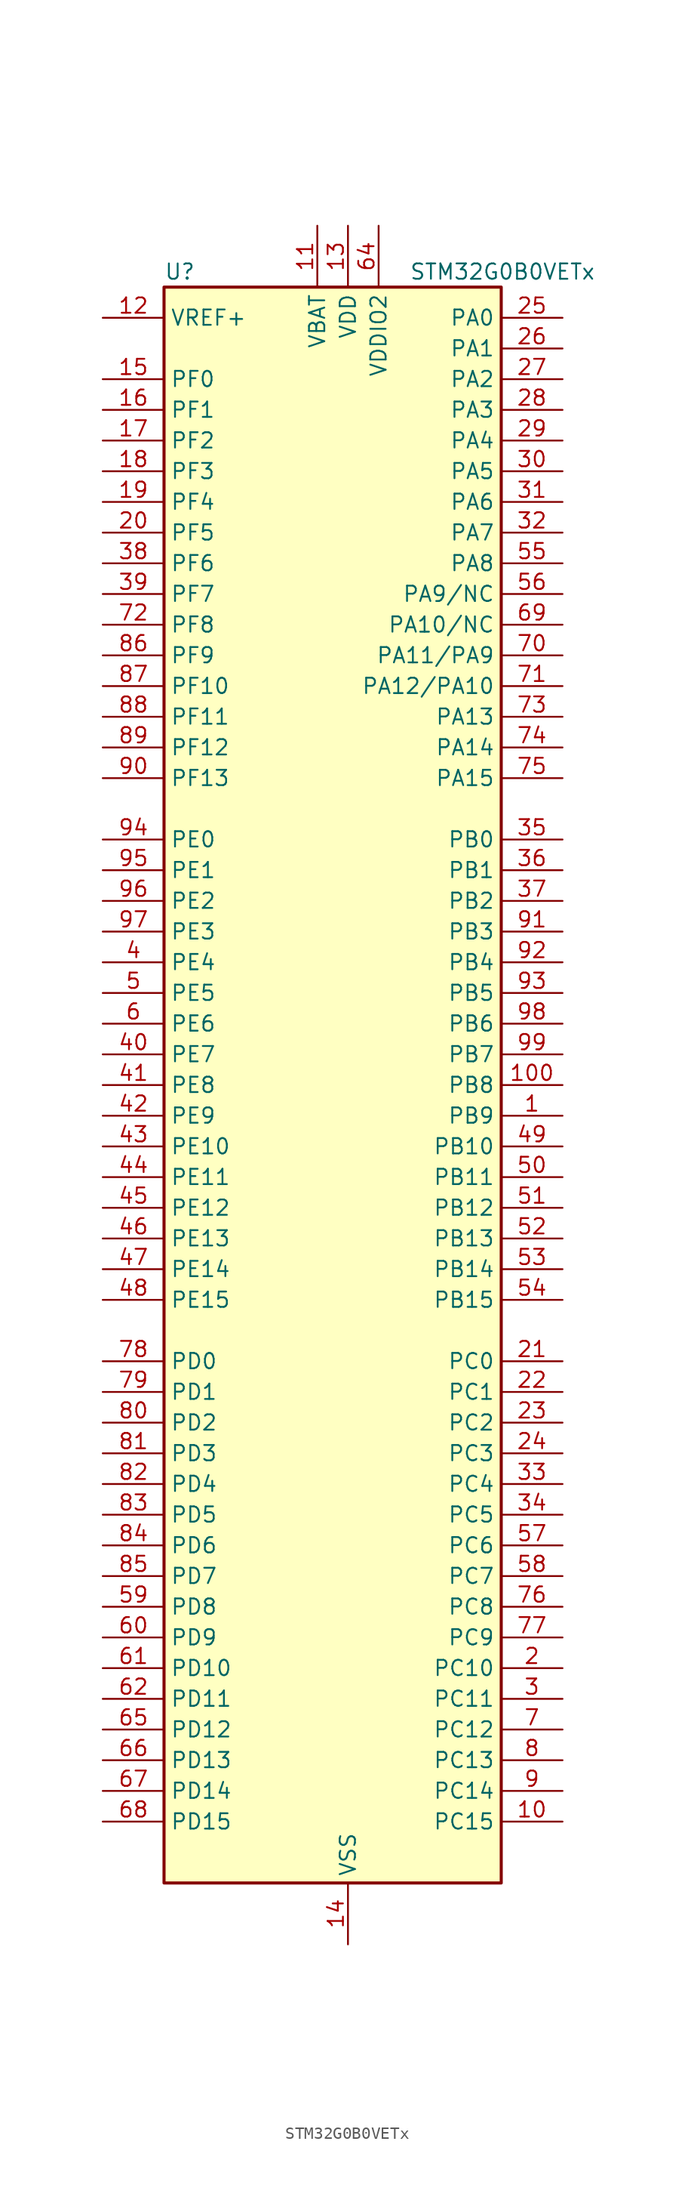
<source format=kicad_sym>
(kicad_symbol_lib
  (version 20211014)
  (generator kicad-library-utils)
  (symbol "STM32G0B0VETx"
    (property "Reference" "U"
      (at -12.7 67.31 0)
      (effects (font (size 1.27 1.27)) (justify left)))
    (property "Value" "STM32G0B0VETx"
      (at 7.62 67.31 0)
      (effects (font (size 1.27 1.27)) (justify left)))
    (property "ki_fp_filters" "LQFP*14x14mm*P0.5mm*"
      (at 0.0 0.0 0.0)
      (effects (font (size 1.27 1.27))))
    (symbol "STM32G0B0VETx_0_1"
      (rectangle (start -12.7 -66.04) (end 15.24 66.04) (stroke (width 0.254)) (fill (type background))))
    (symbol "STM32G0B0VETx_1_1"
      (pin input line (at -17.78 63.5 0) (length 5.08) (name "VREF+" (effects (font (size 1.27 1.27)))) (number "12" (effects (font (size 1.27 1.27)))))
      (pin bidirectional line (at -17.78 58.42 0) (length 5.08) (name "PF0" (effects (font (size 1.27 1.27)))) (number "15" (effects (font (size 1.27 1.27)))) (alternate "CRS1_SYNC" bidirectional line) (alternate "RCC_OSC_IN" bidirectional line) (alternate "TIM14_CH1" bidirectional line))
      (pin bidirectional line (at -17.78 55.88 0) (length 5.08) (name "PF1" (effects (font (size 1.27 1.27)))) (number "16" (effects (font (size 1.27 1.27)))) (alternate "RCC_OSC_EN" bidirectional line) (alternate "RCC_OSC_OUT" bidirectional line) (alternate "TIM15_CH1N" bidirectional line))
      (pin bidirectional line (at -17.78 53.34 0) (length 5.08) (name "PF2" (effects (font (size 1.27 1.27)))) (number "17" (effects (font (size 1.27 1.27)))) (alternate "RCC_MCO" bidirectional line))
      (pin bidirectional line (at -17.78 50.8 0) (length 5.08) (name "PF3" (effects (font (size 1.27 1.27)))) (number "18" (effects (font (size 1.27 1.27)))) (alternate "USART6_CK" bidirectional line) (alternate "USART6_DE" bidirectional line) (alternate "USART6_RTS" bidirectional line))
      (pin bidirectional line (at -17.78 48.26 0) (length 5.08) (name "PF4" (effects (font (size 1.27 1.27)))) (number "19" (effects (font (size 1.27 1.27)))))
      (pin bidirectional line (at -17.78 45.72 0) (length 5.08) (name "PF5" (effects (font (size 1.27 1.27)))) (number "20" (effects (font (size 1.27 1.27)))))
      (pin bidirectional line (at -17.78 43.18 0) (length 5.08) (name "PF6" (effects (font (size 1.27 1.27)))) (number "38" (effects (font (size 1.27 1.27)))))
      (pin bidirectional line (at -17.78 40.64 0) (length 5.08) (name "PF7" (effects (font (size 1.27 1.27)))) (number "39" (effects (font (size 1.27 1.27)))) (alternate "USART5_CTS" bidirectional line) (alternate "USART5_NSS" bidirectional line))
      (pin bidirectional line (at -17.78 38.1 0) (length 5.08) (name "PF8" (effects (font (size 1.27 1.27)))) (number "72" (effects (font (size 1.27 1.27)))))
      (pin bidirectional line (at -17.78 35.56 0) (length 5.08) (name "PF9" (effects (font (size 1.27 1.27)))) (number "86" (effects (font (size 1.27 1.27)))) (alternate "USART6_TX" bidirectional line))
      (pin bidirectional line (at -17.78 33.02 0) (length 5.08) (name "PF10" (effects (font (size 1.27 1.27)))) (number "87" (effects (font (size 1.27 1.27)))) (alternate "USART6_RX" bidirectional line))
      (pin bidirectional line (at -17.78 30.48 0) (length 5.08) (name "PF11" (effects (font (size 1.27 1.27)))) (number "88" (effects (font (size 1.27 1.27)))) (alternate "ADC1_EXTI11" bidirectional line) (alternate "USART6_CK" bidirectional line) (alternate "USART6_DE" bidirectional line) (alternate "USART6_RTS" bidirectional line))
      (pin bidirectional line (at -17.78 27.94 0) (length 5.08) (name "PF12" (effects (font (size 1.27 1.27)))) (number "89" (effects (font (size 1.27 1.27)))) (alternate "TIM15_CH1" bidirectional line) (alternate "USART6_CTS" bidirectional line) (alternate "USART6_NSS" bidirectional line))
      (pin bidirectional line (at -17.78 25.4 0) (length 5.08) (name "PF13" (effects (font (size 1.27 1.27)))) (number "90" (effects (font (size 1.27 1.27)))) (alternate "TIM15_CH2" bidirectional line))
      (pin bidirectional line (at -17.78 20.32 0) (length 5.08) (name "PE0" (effects (font (size 1.27 1.27)))) (number "94" (effects (font (size 1.27 1.27)))) (alternate "TIM16_CH1" bidirectional line) (alternate "TIM4_ETR" bidirectional line))
      (pin bidirectional line (at -17.78 17.78 0) (length 5.08) (name "PE1" (effects (font (size 1.27 1.27)))) (number "95" (effects (font (size 1.27 1.27)))) (alternate "TIM17_CH1" bidirectional line))
      (pin bidirectional line (at -17.78 15.24 0) (length 5.08) (name "PE2" (effects (font (size 1.27 1.27)))) (number "96" (effects (font (size 1.27 1.27)))) (alternate "TIM3_ETR" bidirectional line))
      (pin bidirectional line (at -17.78 12.7 0) (length 5.08) (name "PE3" (effects (font (size 1.27 1.27)))) (number "97" (effects (font (size 1.27 1.27)))) (alternate "TIM3_CH1" bidirectional line))
      (pin bidirectional line (at -17.78 10.16 0) (length 5.08) (name "PE4" (effects (font (size 1.27 1.27)))) (number "4" (effects (font (size 1.27 1.27)))) (alternate "TIM3_CH2" bidirectional line))
      (pin bidirectional line (at -17.78 7.62 0) (length 5.08) (name "PE5" (effects (font (size 1.27 1.27)))) (number "5" (effects (font (size 1.27 1.27)))) (alternate "TIM3_CH3" bidirectional line))
      (pin bidirectional line (at -17.78 5.08 0) (length 5.08) (name "PE6" (effects (font (size 1.27 1.27)))) (number "6" (effects (font (size 1.27 1.27)))) (alternate "RTC_TAMP_IN3" bidirectional line) (alternate "SYS_WKUP3" bidirectional line) (alternate "TIM3_CH4" bidirectional line))
      (pin bidirectional line (at -17.78 2.54 0) (length 5.08) (name "PE7" (effects (font (size 1.27 1.27)))) (number "40" (effects (font (size 1.27 1.27)))) (alternate "TIM1_ETR" bidirectional line) (alternate "USART5_CK" bidirectional line) (alternate "USART5_DE" bidirectional line) (alternate "USART5_RTS" bidirectional line))
      (pin bidirectional line (at -17.78 0.0 0) (length 5.08) (name "PE8" (effects (font (size 1.27 1.27)))) (number "41" (effects (font (size 1.27 1.27)))) (alternate "TIM1_CH1N" bidirectional line) (alternate "USART4_TX" bidirectional line))
      (pin bidirectional line (at -17.78 -2.54 0) (length 5.08) (name "PE9" (effects (font (size 1.27 1.27)))) (number "42" (effects (font (size 1.27 1.27)))) (alternate "TIM1_CH1" bidirectional line) (alternate "USART4_RX" bidirectional line))
      (pin bidirectional line (at -17.78 -5.08 0) (length 5.08) (name "PE10" (effects (font (size 1.27 1.27)))) (number "43" (effects (font (size 1.27 1.27)))) (alternate "TIM1_CH2N" bidirectional line) (alternate "USART5_TX" bidirectional line))
      (pin bidirectional line (at -17.78 -7.62 0) (length 5.08) (name "PE11" (effects (font (size 1.27 1.27)))) (number "44" (effects (font (size 1.27 1.27)))) (alternate "ADC1_EXTI11" bidirectional line) (alternate "TIM1_CH2" bidirectional line) (alternate "USART5_RX" bidirectional line))
      (pin bidirectional line (at -17.78 -10.16 0) (length 5.08) (name "PE12" (effects (font (size 1.27 1.27)))) (number "45" (effects (font (size 1.27 1.27)))) (alternate "I2S1_WS" bidirectional line) (alternate "SPI1_NSS" bidirectional line) (alternate "TIM1_CH3N" bidirectional line))
      (pin bidirectional line (at -17.78 -12.7 0) (length 5.08) (name "PE13" (effects (font (size 1.27 1.27)))) (number "46" (effects (font (size 1.27 1.27)))) (alternate "I2S1_CK" bidirectional line) (alternate "SPI1_SCK" bidirectional line) (alternate "TIM1_CH3" bidirectional line))
      (pin bidirectional line (at -17.78 -15.24 0) (length 5.08) (name "PE14" (effects (font (size 1.27 1.27)))) (number "47" (effects (font (size 1.27 1.27)))) (alternate "I2S1_MCK" bidirectional line) (alternate "SPI1_MISO" bidirectional line) (alternate "TIM1_BK2" bidirectional line) (alternate "TIM1_CH4" bidirectional line))
      (pin bidirectional line (at -17.78 -17.78 0) (length 5.08) (name "PE15" (effects (font (size 1.27 1.27)))) (number "48" (effects (font (size 1.27 1.27)))) (alternate "I2S1_SD" bidirectional line) (alternate "SPI1_MOSI" bidirectional line) (alternate "TIM1_BK" bidirectional line))
      (pin bidirectional line (at -17.78 -22.86 0) (length 5.08) (name "PD0" (effects (font (size 1.27 1.27)))) (number "78" (effects (font (size 1.27 1.27)))) (alternate "I2S2_WS" bidirectional line) (alternate "SPI2_NSS" bidirectional line) (alternate "TIM16_CH1" bidirectional line))
      (pin bidirectional line (at -17.78 -25.4 0) (length 5.08) (name "PD1" (effects (font (size 1.27 1.27)))) (number "79" (effects (font (size 1.27 1.27)))) (alternate "I2S2_CK" bidirectional line) (alternate "SPI2_SCK" bidirectional line) (alternate "TIM17_CH1" bidirectional line))
      (pin bidirectional line (at -17.78 -27.94 0) (length 5.08) (name "PD2" (effects (font (size 1.27 1.27)))) (number "80" (effects (font (size 1.27 1.27)))) (alternate "TIM1_CH1N" bidirectional line) (alternate "TIM3_ETR" bidirectional line) (alternate "USART3_CK" bidirectional line) (alternate "USART3_DE" bidirectional line) (alternate "USART3_RTS" bidirectional line) (alternate "USART5_RX" bidirectional line))
      (pin bidirectional line (at -17.78 -30.48 0) (length 5.08) (name "PD3" (effects (font (size 1.27 1.27)))) (number "81" (effects (font (size 1.27 1.27)))) (alternate "I2S2_MCK" bidirectional line) (alternate "SPI2_MISO" bidirectional line) (alternate "TIM1_CH2N" bidirectional line) (alternate "USART2_CTS" bidirectional line) (alternate "USART2_NSS" bidirectional line) (alternate "USART5_TX" bidirectional line))
      (pin bidirectional line (at -17.78 -33.02 0) (length 5.08) (name "PD4" (effects (font (size 1.27 1.27)))) (number "82" (effects (font (size 1.27 1.27)))) (alternate "I2S2_SD" bidirectional line) (alternate "SPI2_MOSI" bidirectional line) (alternate "TIM1_CH3N" bidirectional line) (alternate "USART2_CK" bidirectional line) (alternate "USART2_DE" bidirectional line) (alternate "USART2_RTS" bidirectional line) (alternate "USART5_CK" bidirectional line) (alternate "USART5_DE" bidirectional line) (alternate "USART5_RTS" bidirectional line))
      (pin bidirectional line (at -17.78 -35.56 0) (length 5.08) (name "PD5" (effects (font (size 1.27 1.27)))) (number "83" (effects (font (size 1.27 1.27)))) (alternate "I2S1_MCK" bidirectional line) (alternate "SPI1_MISO" bidirectional line) (alternate "TIM1_BK" bidirectional line) (alternate "USART2_TX" bidirectional line) (alternate "USART5_CTS" bidirectional line) (alternate "USART5_NSS" bidirectional line))
      (pin bidirectional line (at -17.78 -38.1 0) (length 5.08) (name "PD6" (effects (font (size 1.27 1.27)))) (number "84" (effects (font (size 1.27 1.27)))) (alternate "I2S1_SD" bidirectional line) (alternate "SPI1_MOSI" bidirectional line) (alternate "USART2_RX" bidirectional line))
      (pin bidirectional line (at -17.78 -40.64 0) (length 5.08) (name "PD7" (effects (font (size 1.27 1.27)))) (number "85" (effects (font (size 1.27 1.27)))) (alternate "RCC_MCO_2" bidirectional line))
      (pin bidirectional line (at -17.78 -43.18 0) (length 5.08) (name "PD8" (effects (font (size 1.27 1.27)))) (number "59" (effects (font (size 1.27 1.27)))) (alternate "I2S1_CK" bidirectional line) (alternate "SPI1_SCK" bidirectional line) (alternate "USART3_TX" bidirectional line))
      (pin bidirectional line (at -17.78 -45.72 0) (length 5.08) (name "PD9" (effects (font (size 1.27 1.27)))) (number "60" (effects (font (size 1.27 1.27)))) (alternate "I2S1_WS" bidirectional line) (alternate "SPI1_NSS" bidirectional line) (alternate "TIM1_BK2" bidirectional line) (alternate "USART3_RX" bidirectional line))
      (pin bidirectional line (at -17.78 -48.26 0) (length 5.08) (name "PD10" (effects (font (size 1.27 1.27)))) (number "61" (effects (font (size 1.27 1.27)))) (alternate "RCC_MCO" bidirectional line))
      (pin bidirectional line (at -17.78 -50.8 0) (length 5.08) (name "PD11" (effects (font (size 1.27 1.27)))) (number "62" (effects (font (size 1.27 1.27)))) (alternate "ADC1_EXTI11" bidirectional line) (alternate "USART3_CTS" bidirectional line) (alternate "USART3_NSS" bidirectional line))
      (pin bidirectional line (at -17.78 -53.34 0) (length 5.08) (name "PD12" (effects (font (size 1.27 1.27)))) (number "65" (effects (font (size 1.27 1.27)))) (alternate "TIM4_CH1" bidirectional line) (alternate "USART3_CK" bidirectional line) (alternate "USART3_DE" bidirectional line) (alternate "USART3_RTS" bidirectional line))
      (pin bidirectional line (at -17.78 -55.88 0) (length 5.08) (name "PD13" (effects (font (size 1.27 1.27)))) (number "66" (effects (font (size 1.27 1.27)))) (alternate "TIM4_CH2" bidirectional line))
      (pin bidirectional line (at -17.78 -58.42 0) (length 5.08) (name "PD14" (effects (font (size 1.27 1.27)))) (number "67" (effects (font (size 1.27 1.27)))) (alternate "TIM4_CH3" bidirectional line))
      (pin bidirectional line (at -17.78 -60.96 0) (length 5.08) (name "PD15" (effects (font (size 1.27 1.27)))) (number "68" (effects (font (size 1.27 1.27)))) (alternate "CRS1_SYNC" bidirectional line) (alternate "TIM4_CH4" bidirectional line))
      (pin bidirectional line (at 20.32 63.5 180) (length 5.08) (name "PA0" (effects (font (size 1.27 1.27)))) (number "25" (effects (font (size 1.27 1.27)))) (alternate "ADC1_IN0" bidirectional line) (alternate "I2S2_CK" bidirectional line) (alternate "RTC_TAMP_IN2" bidirectional line) (alternate "SPI2_SCK" bidirectional line) (alternate "SYS_WKUP1" bidirectional line) (alternate "USART2_CTS" bidirectional line) (alternate "USART2_NSS" bidirectional line) (alternate "USART4_TX" bidirectional line))
      (pin bidirectional line (at 20.32 60.96 180) (length 5.08) (name "PA1" (effects (font (size 1.27 1.27)))) (number "26" (effects (font (size 1.27 1.27)))) (alternate "ADC1_IN1" bidirectional line) (alternate "I2C1_SMBA" bidirectional line) (alternate "I2S1_CK" bidirectional line) (alternate "SPI1_SCK" bidirectional line) (alternate "TIM15_CH1N" bidirectional line) (alternate "USART2_CK" bidirectional line) (alternate "USART2_DE" bidirectional line) (alternate "USART2_RTS" bidirectional line) (alternate "USART4_RX" bidirectional line))
      (pin bidirectional line (at 20.32 58.42 180) (length 5.08) (name "PA2" (effects (font (size 1.27 1.27)))) (number "27" (effects (font (size 1.27 1.27)))) (alternate "ADC1_IN2" bidirectional line) (alternate "I2S1_SD" bidirectional line) (alternate "RCC_LSCO" bidirectional line) (alternate "SPI1_MOSI" bidirectional line) (alternate "SYS_WKUP4" bidirectional line) (alternate "TIM15_CH1" bidirectional line) (alternate "USART2_TX" bidirectional line))
      (pin bidirectional line (at 20.32 55.88 180) (length 5.08) (name "PA3" (effects (font (size 1.27 1.27)))) (number "28" (effects (font (size 1.27 1.27)))) (alternate "ADC1_IN3" bidirectional line) (alternate "I2S2_MCK" bidirectional line) (alternate "SPI2_MISO" bidirectional line) (alternate "TIM15_CH2" bidirectional line) (alternate "USART2_RX" bidirectional line))
      (pin bidirectional line (at 20.32 53.34 180) (length 5.08) (name "PA4" (effects (font (size 1.27 1.27)))) (number "29" (effects (font (size 1.27 1.27)))) (alternate "ADC1_IN4" bidirectional line) (alternate "I2S1_WS" bidirectional line) (alternate "I2S2_SD" bidirectional line) (alternate "RTC_OUT2" bidirectional line) (alternate "SPI1_NSS" bidirectional line) (alternate "SPI2_MOSI" bidirectional line) (alternate "SPI3_NSS" bidirectional line) (alternate "TIM14_CH1" bidirectional line) (alternate "USART6_TX" bidirectional line) (alternate "USB_NOE" bidirectional line))
      (pin bidirectional line (at 20.32 50.8 180) (length 5.08) (name "PA5" (effects (font (size 1.27 1.27)))) (number "30" (effects (font (size 1.27 1.27)))) (alternate "ADC1_IN5" bidirectional line) (alternate "I2S1_CK" bidirectional line) (alternate "SPI1_SCK" bidirectional line) (alternate "USART3_TX" bidirectional line) (alternate "USART6_RX" bidirectional line))
      (pin bidirectional line (at 20.32 48.26 180) (length 5.08) (name "PA6" (effects (font (size 1.27 1.27)))) (number "31" (effects (font (size 1.27 1.27)))) (alternate "ADC1_IN6" bidirectional line) (alternate "I2C2_SDA" bidirectional line) (alternate "I2C3_SDA" bidirectional line) (alternate "I2S1_MCK" bidirectional line) (alternate "SPI1_MISO" bidirectional line) (alternate "TIM16_CH1" bidirectional line) (alternate "TIM1_BK" bidirectional line) (alternate "TIM3_CH1" bidirectional line) (alternate "USART3_CTS" bidirectional line) (alternate "USART3_NSS" bidirectional line) (alternate "USART6_CTS" bidirectional line) (alternate "USART6_NSS" bidirectional line))
      (pin bidirectional line (at 20.32 45.72 180) (length 5.08) (name "PA7" (effects (font (size 1.27 1.27)))) (number "32" (effects (font (size 1.27 1.27)))) (alternate "ADC1_IN7" bidirectional line) (alternate "I2C2_SCL" bidirectional line) (alternate "I2C3_SCL" bidirectional line) (alternate "I2S1_SD" bidirectional line) (alternate "SPI1_MOSI" bidirectional line) (alternate "TIM14_CH1" bidirectional line) (alternate "TIM17_CH1" bidirectional line) (alternate "TIM1_CH1N" bidirectional line) (alternate "TIM3_CH2" bidirectional line) (alternate "USART6_CK" bidirectional line) (alternate "USART6_DE" bidirectional line) (alternate "USART6_RTS" bidirectional line))
      (pin bidirectional line (at 20.32 43.18 180) (length 5.08) (name "PA8" (effects (font (size 1.27 1.27)))) (number "55" (effects (font (size 1.27 1.27)))) (alternate "CRS1_SYNC" bidirectional line) (alternate "I2C2_SMBA" bidirectional line) (alternate "I2S2_WS" bidirectional line) (alternate "RCC_MCO" bidirectional line) (alternate "SPI2_NSS" bidirectional line) (alternate "TIM1_CH1" bidirectional line))
      (pin bidirectional line (at 20.32 40.64 180) (length 5.08) (name "PA9/NC" (effects (font (size 1.27 1.27)))) (number "56" (effects (font (size 1.27 1.27)))) (alternate "I2C1_SCL" bidirectional line) (alternate "I2C2_SCL" bidirectional line) (alternate "I2S2_MCK" bidirectional line) (alternate "RCC_MCO" bidirectional line) (alternate "SPI2_MISO" bidirectional line) (alternate "TIM15_BK" bidirectional line) (alternate "TIM1_CH2" bidirectional line) (alternate "USART1_TX" bidirectional line))
      (pin bidirectional line (at 20.32 38.1 180) (length 5.08) (name "PA10/NC" (effects (font (size 1.27 1.27)))) (number "69" (effects (font (size 1.27 1.27)))) (alternate "I2C1_SDA" bidirectional line) (alternate "I2C2_SDA" bidirectional line) (alternate "I2S2_SD" bidirectional line) (alternate "RCC_MCO_2" bidirectional line) (alternate "SPI2_MOSI" bidirectional line) (alternate "TIM17_BK" bidirectional line) (alternate "TIM1_CH3" bidirectional line) (alternate "USART1_RX" bidirectional line))
      (pin bidirectional line (at 20.32 35.56 180) (length 5.08) (name "PA11/PA9" (effects (font (size 1.27 1.27)))) (number "70" (effects (font (size 1.27 1.27)))) (alternate "ADC1_EXTI11" bidirectional line) (alternate "I2C2_SCL" bidirectional line) (alternate "I2S1_MCK" bidirectional line) (alternate "SPI1_MISO" bidirectional line) (alternate "TIM1_BK2" bidirectional line) (alternate "TIM1_CH4" bidirectional line) (alternate "USART1_CTS" bidirectional line) (alternate "USART1_NSS" bidirectional line) (alternate "USB_DM" bidirectional line))
      (pin bidirectional line (at 20.32 33.02 180) (length 5.08) (name "PA12/PA10" (effects (font (size 1.27 1.27)))) (number "71" (effects (font (size 1.27 1.27)))) (alternate "I2C2_SDA" bidirectional line) (alternate "I2S1_SD" bidirectional line) (alternate "I2S_CKIN" bidirectional line) (alternate "SPI1_MOSI" bidirectional line) (alternate "TIM1_ETR" bidirectional line) (alternate "USART1_CK" bidirectional line) (alternate "USART1_DE" bidirectional line) (alternate "USART1_RTS" bidirectional line) (alternate "USB_DP" bidirectional line))
      (pin bidirectional line (at 20.32 30.48 180) (length 5.08) (name "PA13" (effects (font (size 1.27 1.27)))) (number "73" (effects (font (size 1.27 1.27)))) (alternate "IR_OUT" bidirectional line) (alternate "SYS_SWDIO" bidirectional line) (alternate "USB_NOE" bidirectional line))
      (pin bidirectional line (at 20.32 27.94 180) (length 5.08) (name "PA14" (effects (font (size 1.27 1.27)))) (number "74" (effects (font (size 1.27 1.27)))) (alternate "SYS_SWCLK" bidirectional line) (alternate "USART2_TX" bidirectional line))
      (pin bidirectional line (at 20.32 25.4 180) (length 5.08) (name "PA15" (effects (font (size 1.27 1.27)))) (number "75" (effects (font (size 1.27 1.27)))) (alternate "I2C2_SMBA" bidirectional line) (alternate "I2S1_WS" bidirectional line) (alternate "RCC_MCO_2" bidirectional line) (alternate "SPI1_NSS" bidirectional line) (alternate "SPI3_NSS" bidirectional line) (alternate "USART2_RX" bidirectional line) (alternate "USART3_CK" bidirectional line) (alternate "USART3_DE" bidirectional line) (alternate "USART3_RTS" bidirectional line) (alternate "USART4_CK" bidirectional line) (alternate "USART4_DE" bidirectional line) (alternate "USART4_RTS" bidirectional line) (alternate "USB_NOE" bidirectional line))
      (pin bidirectional line (at 20.32 20.32 180) (length 5.08) (name "PB0" (effects (font (size 1.27 1.27)))) (number "35" (effects (font (size 1.27 1.27)))) (alternate "ADC1_IN8" bidirectional line) (alternate "I2S1_WS" bidirectional line) (alternate "SPI1_NSS" bidirectional line) (alternate "TIM1_CH2N" bidirectional line) (alternate "TIM3_CH3" bidirectional line) (alternate "USART3_RX" bidirectional line) (alternate "USART5_TX" bidirectional line))
      (pin bidirectional line (at 20.32 17.78 180) (length 5.08) (name "PB1" (effects (font (size 1.27 1.27)))) (number "36" (effects (font (size 1.27 1.27)))) (alternate "ADC1_IN9" bidirectional line) (alternate "TIM14_CH1" bidirectional line) (alternate "TIM1_CH3N" bidirectional line) (alternate "TIM3_CH4" bidirectional line) (alternate "USART3_CK" bidirectional line) (alternate "USART3_DE" bidirectional line) (alternate "USART3_RTS" bidirectional line) (alternate "USART5_RX" bidirectional line))
      (pin bidirectional line (at 20.32 15.24 180) (length 5.08) (name "PB2" (effects (font (size 1.27 1.27)))) (number "37" (effects (font (size 1.27 1.27)))) (alternate "ADC1_IN10" bidirectional line) (alternate "I2S2_MCK" bidirectional line) (alternate "RCC_MCO_2" bidirectional line) (alternate "SPI2_MISO" bidirectional line) (alternate "USART3_TX" bidirectional line))
      (pin bidirectional line (at 20.32 12.7 180) (length 5.08) (name "PB3" (effects (font (size 1.27 1.27)))) (number "91" (effects (font (size 1.27 1.27)))) (alternate "I2C2_SCL" bidirectional line) (alternate "I2C3_SCL" bidirectional line) (alternate "I2S1_CK" bidirectional line) (alternate "SPI1_SCK" bidirectional line) (alternate "SPI3_SCK" bidirectional line) (alternate "TIM1_CH2" bidirectional line) (alternate "USART1_CK" bidirectional line) (alternate "USART1_DE" bidirectional line) (alternate "USART1_RTS" bidirectional line) (alternate "USART5_TX" bidirectional line))
      (pin bidirectional line (at 20.32 10.16 180) (length 5.08) (name "PB4" (effects (font (size 1.27 1.27)))) (number "92" (effects (font (size 1.27 1.27)))) (alternate "I2C2_SDA" bidirectional line) (alternate "I2C3_SDA" bidirectional line) (alternate "I2S1_MCK" bidirectional line) (alternate "SPI1_MISO" bidirectional line) (alternate "SPI3_MISO" bidirectional line) (alternate "TIM17_BK" bidirectional line) (alternate "TIM3_CH1" bidirectional line) (alternate "USART1_CTS" bidirectional line) (alternate "USART1_NSS" bidirectional line) (alternate "USART5_RX" bidirectional line))
      (pin bidirectional line (at 20.32 7.62 180) (length 5.08) (name "PB5" (effects (font (size 1.27 1.27)))) (number "93" (effects (font (size 1.27 1.27)))) (alternate "I2C1_SMBA" bidirectional line) (alternate "I2S1_SD" bidirectional line) (alternate "SPI1_MOSI" bidirectional line) (alternate "SPI3_MOSI" bidirectional line) (alternate "SYS_WKUP6" bidirectional line) (alternate "TIM16_BK" bidirectional line) (alternate "TIM3_CH2" bidirectional line) (alternate "USART5_CK" bidirectional line) (alternate "USART5_DE" bidirectional line) (alternate "USART5_RTS" bidirectional line))
      (pin bidirectional line (at 20.32 5.08 180) (length 5.08) (name "PB6" (effects (font (size 1.27 1.27)))) (number "98" (effects (font (size 1.27 1.27)))) (alternate "I2C1_SCL" bidirectional line) (alternate "I2S2_MCK" bidirectional line) (alternate "SPI2_MISO" bidirectional line) (alternate "TIM16_CH1N" bidirectional line) (alternate "TIM1_CH3" bidirectional line) (alternate "TIM4_CH1" bidirectional line) (alternate "USART1_TX" bidirectional line) (alternate "USART5_CTS" bidirectional line) (alternate "USART5_NSS" bidirectional line))
      (pin bidirectional line (at 20.32 2.54 180) (length 5.08) (name "PB7" (effects (font (size 1.27 1.27)))) (number "99" (effects (font (size 1.27 1.27)))) (alternate "I2C1_SDA" bidirectional line) (alternate "I2S2_SD" bidirectional line) (alternate "SPI2_MOSI" bidirectional line) (alternate "TIM17_CH1N" bidirectional line) (alternate "TIM4_CH2" bidirectional line) (alternate "USART1_RX" bidirectional line) (alternate "USART4_CTS" bidirectional line) (alternate "USART4_NSS" bidirectional line))
      (pin bidirectional line (at 20.32 0.0 180) (length 5.08) (name "PB8" (effects (font (size 1.27 1.27)))) (number "100" (effects (font (size 1.27 1.27)))) (alternate "I2C1_SCL" bidirectional line) (alternate "I2S2_CK" bidirectional line) (alternate "SPI2_SCK" bidirectional line) (alternate "TIM15_BK" bidirectional line) (alternate "TIM16_CH1" bidirectional line) (alternate "TIM4_CH3" bidirectional line) (alternate "USART3_TX" bidirectional line) (alternate "USART6_TX" bidirectional line))
      (pin bidirectional line (at 20.32 -2.54 180) (length 5.08) (name "PB9" (effects (font (size 1.27 1.27)))) (number "1" (effects (font (size 1.27 1.27)))) (alternate "I2C1_SDA" bidirectional line) (alternate "I2S2_WS" bidirectional line) (alternate "IR_OUT" bidirectional line) (alternate "SPI2_NSS" bidirectional line) (alternate "TIM17_CH1" bidirectional line) (alternate "TIM4_CH4" bidirectional line) (alternate "USART3_RX" bidirectional line) (alternate "USART6_RX" bidirectional line))
      (pin bidirectional line (at 20.32 -5.08 180) (length 5.08) (name "PB10" (effects (font (size 1.27 1.27)))) (number "49" (effects (font (size 1.27 1.27)))) (alternate "ADC1_IN11" bidirectional line) (alternate "I2C2_SCL" bidirectional line) (alternate "I2S2_CK" bidirectional line) (alternate "SPI2_SCK" bidirectional line) (alternate "USART3_TX" bidirectional line))
      (pin bidirectional line (at 20.32 -7.62 180) (length 5.08) (name "PB11" (effects (font (size 1.27 1.27)))) (number "50" (effects (font (size 1.27 1.27)))) (alternate "ADC1_EXTI11" bidirectional line) (alternate "ADC1_IN15" bidirectional line) (alternate "I2C2_SDA" bidirectional line) (alternate "I2S2_SD" bidirectional line) (alternate "SPI2_MOSI" bidirectional line) (alternate "USART3_RX" bidirectional line))
      (pin bidirectional line (at 20.32 -10.16 180) (length 5.08) (name "PB12" (effects (font (size 1.27 1.27)))) (number "51" (effects (font (size 1.27 1.27)))) (alternate "ADC1_IN16" bidirectional line) (alternate "I2C2_SMBA" bidirectional line) (alternate "I2S2_WS" bidirectional line) (alternate "SPI2_NSS" bidirectional line) (alternate "TIM15_BK" bidirectional line) (alternate "TIM1_BK" bidirectional line))
      (pin bidirectional line (at 20.32 -12.7 180) (length 5.08) (name "PB13" (effects (font (size 1.27 1.27)))) (number "52" (effects (font (size 1.27 1.27)))) (alternate "I2C2_SCL" bidirectional line) (alternate "I2S2_CK" bidirectional line) (alternate "SPI2_SCK" bidirectional line) (alternate "TIM15_CH1N" bidirectional line) (alternate "TIM1_CH1N" bidirectional line) (alternate "USART3_CTS" bidirectional line) (alternate "USART3_NSS" bidirectional line))
      (pin bidirectional line (at 20.32 -15.24 180) (length 5.08) (name "PB14" (effects (font (size 1.27 1.27)))) (number "53" (effects (font (size 1.27 1.27)))) (alternate "I2C2_SDA" bidirectional line) (alternate "I2S2_MCK" bidirectional line) (alternate "SPI2_MISO" bidirectional line) (alternate "TIM15_CH1" bidirectional line) (alternate "TIM1_CH2N" bidirectional line) (alternate "USART3_CK" bidirectional line) (alternate "USART3_DE" bidirectional line) (alternate "USART3_RTS" bidirectional line) (alternate "USART6_CK" bidirectional line) (alternate "USART6_DE" bidirectional line) (alternate "USART6_RTS" bidirectional line))
      (pin bidirectional line (at 20.32 -17.78 180) (length 5.08) (name "PB15" (effects (font (size 1.27 1.27)))) (number "54" (effects (font (size 1.27 1.27)))) (alternate "I2S2_SD" bidirectional line) (alternate "RTC_REFIN" bidirectional line) (alternate "SPI2_MOSI" bidirectional line) (alternate "TIM15_CH1N" bidirectional line) (alternate "TIM15_CH2" bidirectional line) (alternate "TIM1_CH3N" bidirectional line) (alternate "USART6_CTS" bidirectional line) (alternate "USART6_NSS" bidirectional line))
      (pin bidirectional line (at 20.32 -22.86 180) (length 5.08) (name "PC0" (effects (font (size 1.27 1.27)))) (number "21" (effects (font (size 1.27 1.27)))) (alternate "I2C3_SCL" bidirectional line) (alternate "USART6_TX" bidirectional line))
      (pin bidirectional line (at 20.32 -25.4 180) (length 5.08) (name "PC1" (effects (font (size 1.27 1.27)))) (number "22" (effects (font (size 1.27 1.27)))) (alternate "I2C3_SDA" bidirectional line) (alternate "TIM15_CH1" bidirectional line) (alternate "USART6_RX" bidirectional line))
      (pin bidirectional line (at 20.32 -27.94 180) (length 5.08) (name "PC2" (effects (font (size 1.27 1.27)))) (number "23" (effects (font (size 1.27 1.27)))) (alternate "I2S2_MCK" bidirectional line) (alternate "SPI2_MISO" bidirectional line) (alternate "TIM15_CH2" bidirectional line))
      (pin bidirectional line (at 20.32 -30.48 180) (length 5.08) (name "PC3" (effects (font (size 1.27 1.27)))) (number "24" (effects (font (size 1.27 1.27)))) (alternate "I2S2_SD" bidirectional line) (alternate "SPI2_MOSI" bidirectional line))
      (pin bidirectional line (at 20.32 -33.02 180) (length 5.08) (name "PC4" (effects (font (size 1.27 1.27)))) (number "33" (effects (font (size 1.27 1.27)))) (alternate "ADC1_IN17" bidirectional line) (alternate "USART1_TX" bidirectional line) (alternate "USART3_TX" bidirectional line))
      (pin bidirectional line (at 20.32 -35.56 180) (length 5.08) (name "PC5" (effects (font (size 1.27 1.27)))) (number "34" (effects (font (size 1.27 1.27)))) (alternate "ADC1_IN18" bidirectional line) (alternate "SYS_WKUP5" bidirectional line) (alternate "USART1_RX" bidirectional line) (alternate "USART3_RX" bidirectional line))
      (pin bidirectional line (at 20.32 -38.1 180) (length 5.08) (name "PC6" (effects (font (size 1.27 1.27)))) (number "57" (effects (font (size 1.27 1.27)))) (alternate "TIM3_CH1" bidirectional line))
      (pin bidirectional line (at 20.32 -40.64 180) (length 5.08) (name "PC7" (effects (font (size 1.27 1.27)))) (number "58" (effects (font (size 1.27 1.27)))) (alternate "TIM3_CH2" bidirectional line))
      (pin bidirectional line (at 20.32 -43.18 180) (length 5.08) (name "PC8" (effects (font (size 1.27 1.27)))) (number "76" (effects (font (size 1.27 1.27)))) (alternate "TIM1_CH1" bidirectional line) (alternate "TIM3_CH3" bidirectional line))
      (pin bidirectional line (at 20.32 -45.72 180) (length 5.08) (name "PC9" (effects (font (size 1.27 1.27)))) (number "77" (effects (font (size 1.27 1.27)))) (alternate "I2S_CKIN" bidirectional line) (alternate "TIM1_CH2" bidirectional line) (alternate "TIM3_CH4" bidirectional line) (alternate "USB_NOE" bidirectional line))
      (pin bidirectional line (at 20.32 -48.26 180) (length 5.08) (name "PC10" (effects (font (size 1.27 1.27)))) (number "2" (effects (font (size 1.27 1.27)))) (alternate "SPI3_SCK" bidirectional line) (alternate "TIM1_CH3" bidirectional line) (alternate "USART3_TX" bidirectional line) (alternate "USART4_TX" bidirectional line))
      (pin bidirectional line (at 20.32 -50.8 180) (length 5.08) (name "PC11" (effects (font (size 1.27 1.27)))) (number "3" (effects (font (size 1.27 1.27)))) (alternate "ADC1_EXTI11" bidirectional line) (alternate "SPI3_MISO" bidirectional line) (alternate "TIM1_CH4" bidirectional line) (alternate "USART3_RX" bidirectional line) (alternate "USART4_RX" bidirectional line))
      (pin bidirectional line (at 20.32 -53.34 180) (length 5.08) (name "PC12" (effects (font (size 1.27 1.27)))) (number "7" (effects (font (size 1.27 1.27)))) (alternate "SPI3_MOSI" bidirectional line) (alternate "TIM14_CH1" bidirectional line) (alternate "USART5_TX" bidirectional line))
      (pin bidirectional line (at 20.32 -55.88 180) (length 5.08) (name "PC13" (effects (font (size 1.27 1.27)))) (number "8" (effects (font (size 1.27 1.27)))) (alternate "RTC_OUT1" bidirectional line) (alternate "RTC_TAMP_IN1" bidirectional line) (alternate "RTC_TS" bidirectional line) (alternate "SYS_WKUP2" bidirectional line) (alternate "TIM1_BK" bidirectional line))
      (pin bidirectional line (at 20.32 -58.42 180) (length 5.08) (name "PC14" (effects (font (size 1.27 1.27)))) (number "9" (effects (font (size 1.27 1.27)))) (alternate "RCC_OSC32_IN" bidirectional line) (alternate "TIM1_BK2" bidirectional line))
      (pin bidirectional line (at 20.32 -60.96 180) (length 5.08) (name "PC15" (effects (font (size 1.27 1.27)))) (number "10" (effects (font (size 1.27 1.27)))) (alternate "RCC_OSC32_EN" bidirectional line) (alternate "RCC_OSC32_OUT" bidirectional line) (alternate "RCC_OSC_EN" bidirectional line) (alternate "TIM15_BK" bidirectional line))
      (pin power_in line (at 0.0 71.12 270) (length 5.08) (name "VBAT" (effects (font (size 1.27 1.27)))) (number "11" (effects (font (size 1.27 1.27)))))
      (pin power_in line (at 2.54 71.12 270) (length 5.08) (name "VDD" (effects (font (size 1.27 1.27)))) (number "13" (effects (font (size 1.27 1.27)))))
      (pin power_in line (at 5.08 71.12 270) (length 5.08) (name "VDDIO2" (effects (font (size 1.27 1.27)))) (number "64" (effects (font (size 1.27 1.27)))))
      (pin power_in line (at 2.54 -71.12 90) (length 5.08) (name "VSS" (effects (font (size 1.27 1.27)))) (number "14" (effects (font (size 1.27 1.27)))))
      (pin passive line (at 2.54 -71.12 90) (length 5.08) hide (name "VSS" (effects (font (size 1.27 1.27)))) (number "63" (effects (font (size 1.27 1.27))))))))
</source>
